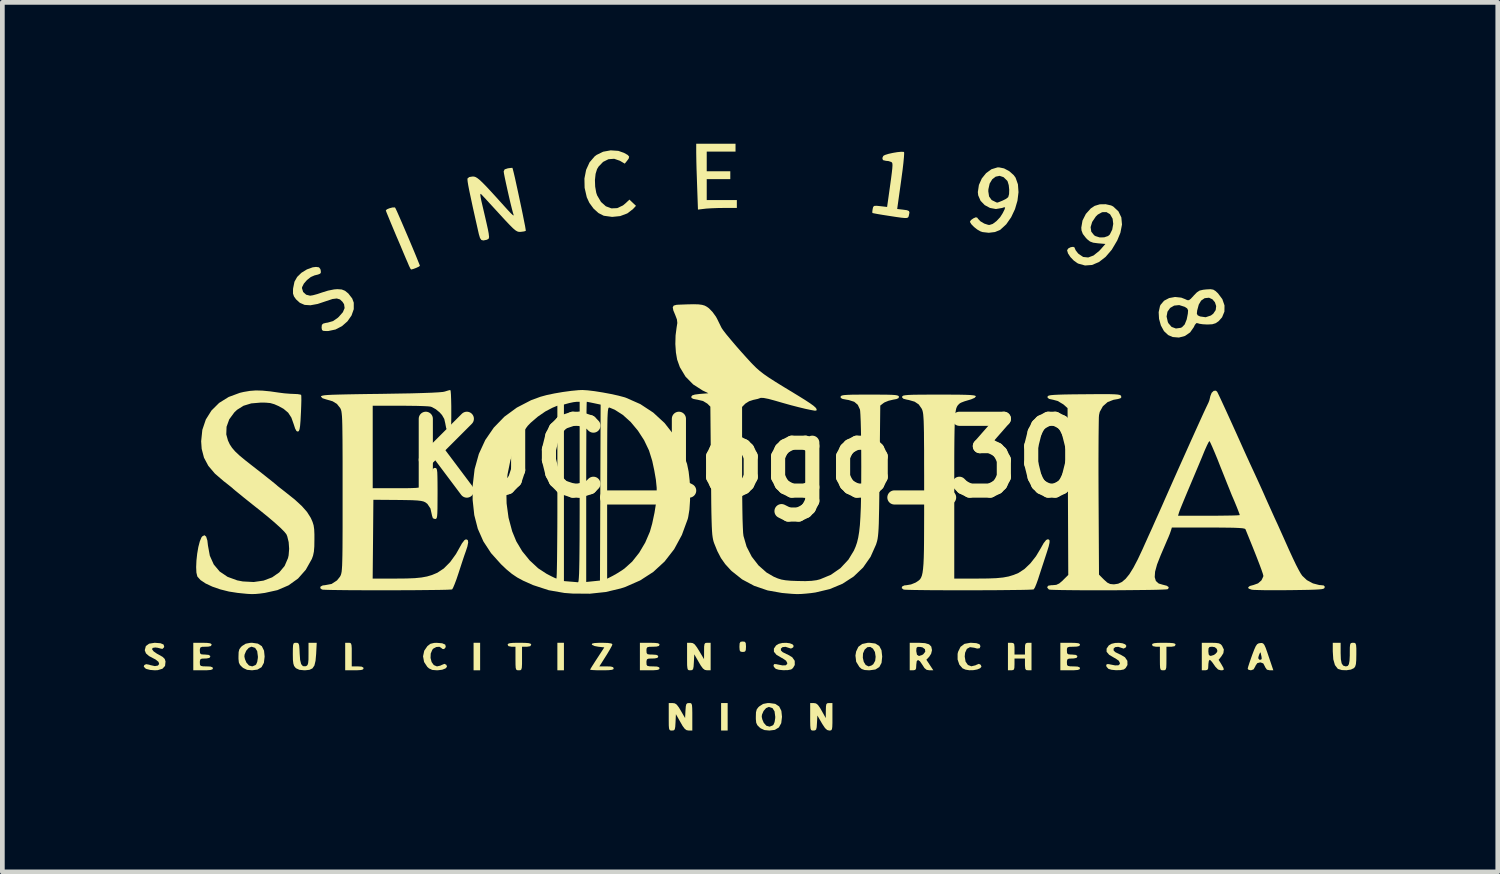
<source format=kicad_pcb>
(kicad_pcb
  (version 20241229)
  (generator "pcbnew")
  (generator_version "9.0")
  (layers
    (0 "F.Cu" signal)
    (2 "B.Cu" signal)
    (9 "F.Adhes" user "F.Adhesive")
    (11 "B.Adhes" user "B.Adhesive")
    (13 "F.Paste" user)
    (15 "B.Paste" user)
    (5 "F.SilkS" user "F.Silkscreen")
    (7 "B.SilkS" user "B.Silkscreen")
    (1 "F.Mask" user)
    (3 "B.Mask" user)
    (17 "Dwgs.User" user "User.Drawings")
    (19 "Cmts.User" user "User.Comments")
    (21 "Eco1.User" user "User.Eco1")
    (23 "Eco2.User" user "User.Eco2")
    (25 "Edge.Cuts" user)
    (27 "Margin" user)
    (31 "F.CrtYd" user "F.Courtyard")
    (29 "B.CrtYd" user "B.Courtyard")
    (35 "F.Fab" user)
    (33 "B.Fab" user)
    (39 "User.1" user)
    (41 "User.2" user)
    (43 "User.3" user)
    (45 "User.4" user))
  (footprint "KJC_logo_30"
    (layer "F.Cu")
    (at 12.806 6.67)
    (property "Reference" "KJC_logo_30" (at 0 0 0) (layer "F.SilkS") (effects (font (size 1.524 1.524) (thickness 0.3))))
    (attr board_only exclude_from_pos_files exclude_from_bom)
    (fp_poly (pts (xy -5.669 4.502) (xy -5.808 4.502) (xy -5.808 3.918) (xy -5.669 3.918)) (stroke (width 0) (type solid)) (fill yes) (layer "F.SilkS"))
    (fp_poly (pts (xy -3.891 4.502) (xy -4.03 4.502) (xy -4.03 3.918) (xy -3.891 3.918)) (stroke (width 0) (type solid)) (fill yes) (layer "F.SilkS"))
    (fp_poly (pts (xy -0.417 5.78) (xy -0.556 5.78) (xy -0.556 5.197) (xy -0.417 5.197)) (stroke (width 0) (type solid)) (fill yes) (layer "F.SilkS"))
    (fp_poly (pts (xy -0.053 3.897) (xy -0.033 3.925) (xy -0.028 3.992) (xy -0.028 4.002) (xy -0.032 4.073) (xy -0.049 4.105) (xy -0.091 4.113) (xy -0.097 4.113) (xy -0.142 4.107) (xy -0.162 4.078) (xy -0.167 4.011) (xy -0.167 4.002) (xy -0.163 3.93) (xy -0.145 3.898) (xy -0.103 3.891) (xy -0.097 3.891)) (stroke (width 0) (type solid)) (fill yes) (layer "F.SilkS"))
    (fp_poly (pts (xy -8.429 3.92) (xy -8.409 3.933) (xy -8.398 3.968) (xy -8.393 4.036) (xy -8.393 4.146) (xy -8.393 4.168) (xy -8.393 4.419) (xy -8.268 4.419) (xy -8.185 4.424) (xy -8.148 4.443) (xy -8.142 4.46) (xy -8.154 4.483) (xy -8.195 4.496) (xy -8.276 4.501) (xy -8.337 4.502) (xy -8.532 4.502) (xy -8.532 3.918) (xy -8.462 3.918)) (stroke (width 0) (type solid)) (fill yes) (layer "F.SilkS"))
    (fp_poly (pts (xy -0.25 -6.503) (xy -0.861 -6.503) (xy -0.861 -6.086) (xy -0.361 -6.086) (xy -0.361 -5.919) (xy -0.861 -5.919) (xy -0.861 -5.475) (xy -0.222 -5.475) (xy -0.222 -5.308) (xy -0.493 -5.308) (xy -0.63 -5.306) (xy -0.764 -5.301) (xy -0.873 -5.294) (xy -0.906 -5.29) (xy -1.047 -5.273) (xy -1.065 -5.781) (xy -1.071 -5.96) (xy -1.077 -6.134) (xy -1.081 -6.29) (xy -1.083 -6.415) (xy -1.084 -6.48) (xy -1.084 -6.67) (xy -0.25 -6.67)) (stroke (width 0) (type solid)) (fill yes) (layer "F.SilkS"))
    (fp_poly (pts (xy 5.643 3.924) (xy 5.663 3.949) (xy 5.669 4.01) (xy 5.669 4.043) (xy 5.669 4.168) (xy 5.891 4.168) (xy 5.891 4.043) (xy 5.894 3.966) (xy 5.909 3.93) (xy 5.942 3.919) (xy 5.961 3.918) (xy 6.03 3.918) (xy 6.03 4.502) (xy 5.961 4.502) (xy 5.918 4.497) (xy 5.898 4.471) (xy 5.892 4.411) (xy 5.891 4.377) (xy 5.891 4.252) (xy 5.669 4.252) (xy 5.669 4.377) (xy 5.666 4.454) (xy 5.652 4.491) (xy 5.618 4.501) (xy 5.6 4.502) (xy 5.53 4.502) (xy 5.53 3.918) (xy 5.6 3.918)) (stroke (width 0) (type solid)) (fill yes) (layer "F.SilkS"))
    (fp_poly (pts (xy -4.713 3.92) (xy -4.637 3.926) (xy -4.598 3.938) (xy -4.585 3.957) (xy -4.585 3.96) (xy -4.606 3.991) (xy -4.674 4.002) (xy -4.683 4.002) (xy -4.78 4.002) (xy -4.78 4.252) (xy -4.78 4.37) (xy -4.784 4.444) (xy -4.794 4.483) (xy -4.812 4.499) (xy -4.843 4.502) (xy -4.849 4.502) (xy -4.882 4.5) (xy -4.903 4.487) (xy -4.914 4.452) (xy -4.918 4.385) (xy -4.919 4.274) (xy -4.919 4.252) (xy -4.919 4.002) (xy -5.002 4.002) (xy -5.068 3.989) (xy -5.086 3.96) (xy -5.076 3.94) (xy -5.04 3.927) (xy -4.969 3.92) (xy -4.854 3.918) (xy -4.835 3.918)) (stroke (width 0) (type solid)) (fill yes) (layer "F.SilkS"))
    (fp_poly (pts (xy 8.959 3.92) (xy 9.035 3.926) (xy 9.075 3.938) (xy 9.087 3.957) (xy 9.087 3.96) (xy 9.066 3.991) (xy 8.999 4.002) (xy 8.99 4.002) (xy 8.893 4.002) (xy 8.893 4.252) (xy 8.892 4.37) (xy 8.889 4.444) (xy 8.879 4.483) (xy 8.86 4.499) (xy 8.829 4.502) (xy 8.823 4.502) (xy 8.79 4.5) (xy 8.77 4.487) (xy 8.759 4.452) (xy 8.755 4.385) (xy 8.754 4.274) (xy 8.754 4.252) (xy 8.754 4.002) (xy 8.67 4.002) (xy 8.604 3.989) (xy 8.587 3.96) (xy 8.597 3.94) (xy 8.632 3.927) (xy 8.703 3.92) (xy 8.819 3.918) (xy 8.837 3.918)) (stroke (width 0) (type solid)) (fill yes) (layer "F.SilkS"))
    (fp_poly (pts (xy -1.155 3.926) (xy -1.115 3.954) (xy -1.069 4.015) (xy -1.021 4.092) (xy -0.918 4.266) (xy -0.917 4.092) (xy -0.916 3.997) (xy -0.908 3.945) (xy -0.89 3.923) (xy -0.855 3.918) (xy -0.848 3.918) (xy -0.778 3.918) (xy -0.778 4.502) (xy -0.855 4.502) (xy -0.9 4.494) (xy -0.941 4.464) (xy -0.987 4.402) (xy -1.028 4.332) (xy -1.125 4.163) (xy -1.134 4.332) (xy -1.14 4.426) (xy -1.151 4.477) (xy -1.172 4.498) (xy -1.21 4.502) (xy -1.21 4.502) (xy -1.241 4.5) (xy -1.26 4.489) (xy -1.271 4.457) (xy -1.277 4.395) (xy -1.278 4.294) (xy -1.278 4.21) (xy -1.278 3.918) (xy -1.201 3.918)) (stroke (width 0) (type solid)) (fill yes) (layer "F.SilkS"))
    (fp_poly (pts (xy 4.859 3.926) (xy 4.926 3.949) (xy 4.947 3.989) (xy 4.93 4.034) (xy 4.877 4.041) (xy 4.813 4.023) (xy 4.724 4.011) (xy 4.659 4.047) (xy 4.621 4.129) (xy 4.613 4.21) (xy 4.631 4.318) (xy 4.681 4.389) (xy 4.754 4.417) (xy 4.842 4.396) (xy 4.863 4.385) (xy 4.914 4.365) (xy 4.953 4.386) (xy 4.953 4.386) (xy 4.968 4.425) (xy 4.939 4.459) (xy 4.879 4.484) (xy 4.799 4.499) (xy 4.712 4.501) (xy 4.63 4.488) (xy 4.566 4.46) (xy 4.499 4.382) (xy 4.462 4.273) (xy 4.462 4.153) (xy 4.472 4.11) (xy 4.524 4.004) (xy 4.608 3.941) (xy 4.728 3.919) (xy 4.742 3.918)) (stroke (width 0) (type solid)) (fill yes) (layer "F.SilkS"))
    (fp_poly (pts (xy -2.959 3.922) (xy -2.884 3.933) (xy -2.862 3.951) (xy -2.876 3.987) (xy -2.914 4.057) (xy -2.969 4.15) (xy -3.001 4.201) (xy -3.139 4.419) (xy -2.987 4.419) (xy -2.895 4.422) (xy -2.848 4.436) (xy -2.835 4.46) (xy -2.844 4.481) (xy -2.88 4.493) (xy -2.951 4.5) (xy -3.067 4.502) (xy -3.085 4.502) (xy -3.195 4.501) (xy -3.28 4.497) (xy -3.328 4.492) (xy -3.335 4.489) (xy -3.321 4.461) (xy -3.282 4.398) (xy -3.226 4.31) (xy -3.184 4.246) (xy -3.034 4.016) (xy -3.161 4.002) (xy -3.24 3.987) (xy -3.291 3.964) (xy -3.3 3.953) (xy -3.291 3.935) (xy -3.244 3.924) (xy -3.151 3.919) (xy -3.087 3.918)) (stroke (width 0) (type solid)) (fill yes) (layer "F.SilkS"))
    (fp_poly (pts (xy -9.148 4.154) (xy -9.161 4.3) (xy -9.185 4.4) (xy -9.226 4.461) (xy -9.29 4.492) (xy -9.384 4.502) (xy -9.397 4.502) (xy -9.503 4.492) (xy -9.573 4.46) (xy -9.588 4.446) (xy -9.616 4.41) (xy -9.632 4.36) (xy -9.641 4.283) (xy -9.643 4.165) (xy -9.643 4.155) (xy -9.642 4.04) (xy -9.638 3.97) (xy -9.628 3.934) (xy -9.607 3.92) (xy -9.575 3.918) (xy -9.541 3.921) (xy -9.52 3.937) (xy -9.508 3.977) (xy -9.502 4.052) (xy -9.498 4.145) (xy -9.488 4.283) (xy -9.466 4.371) (xy -9.429 4.414) (xy -9.376 4.417) (xy -9.355 4.41) (xy -9.332 4.391) (xy -9.318 4.35) (xy -9.311 4.275) (xy -9.31 4.155) (xy -9.31 3.918) (xy -9.136 3.918)) (stroke (width 0) (type solid)) (fill yes) (layer "F.SilkS"))
    (fp_poly (pts (xy 1.806 5.489) (xy 1.806 5.618) (xy 1.803 5.703) (xy 1.796 5.751) (xy 1.781 5.773) (xy 1.758 5.78) (xy 1.739 5.78) (xy 1.694 5.769) (xy 1.649 5.728) (xy 1.596 5.649) (xy 1.579 5.621) (xy 1.487 5.461) (xy 1.478 5.621) (xy 1.472 5.711) (xy 1.46 5.759) (xy 1.436 5.777) (xy 1.402 5.78) (xy 1.372 5.779) (xy 1.352 5.767) (xy 1.341 5.735) (xy 1.336 5.674) (xy 1.334 5.572) (xy 1.334 5.489) (xy 1.334 5.197) (xy 1.41 5.197) (xy 1.457 5.205) (xy 1.498 5.236) (xy 1.544 5.301) (xy 1.576 5.357) (xy 1.665 5.516) (xy 1.666 5.357) (xy 1.669 5.266) (xy 1.678 5.219) (xy 1.7 5.2) (xy 1.737 5.197) (xy 1.806 5.197)) (stroke (width 0) (type solid)) (fill yes) (layer "F.SilkS"))
    (fp_poly (pts (xy -7.473 -5.315) (xy -7.457 -5.285) (xy -7.424 -5.213) (xy -7.377 -5.106) (xy -7.32 -4.975) (xy -7.257 -4.828) (xy -7.191 -4.674) (xy -7.126 -4.52) (xy -7.066 -4.377) (xy -7.015 -4.253) (xy -6.976 -4.156) (xy -6.952 -4.096) (xy -6.947 -4.08) (xy -6.97 -4.062) (xy -7.023 -4.037) (xy -7.084 -4.014) (xy -7.13 -4.002) (xy -7.134 -4.002) (xy -7.151 -4.025) (xy -7.178 -4.08) (xy -7.183 -4.092) (xy -7.205 -4.145) (xy -7.246 -4.239) (xy -7.3 -4.366) (xy -7.363 -4.517) (xy -7.433 -4.68) (xy -7.446 -4.71) (xy -7.513 -4.87) (xy -7.572 -5.011) (xy -7.62 -5.128) (xy -7.654 -5.211) (xy -7.669 -5.253) (xy -7.67 -5.256) (xy -7.646 -5.279) (xy -7.591 -5.302) (xy -7.529 -5.318) (xy -7.482 -5.319)) (stroke (width 0) (type solid)) (fill yes) (layer "F.SilkS"))
    (fp_poly (pts (xy -6.473 3.929) (xy -6.409 3.957) (xy -6.398 4.004) (xy -6.401 4.013) (xy -6.434 4.053) (xy -6.475 4.046) (xy -6.489 4.03) (xy -6.533 4.003) (xy -6.598 4.008) (xy -6.66 4.04) (xy -6.682 4.064) (xy -6.717 4.147) (xy -6.721 4.24) (xy -6.698 4.327) (xy -6.652 4.391) (xy -6.589 4.418) (xy -6.584 4.419) (xy -6.516 4.404) (xy -6.475 4.385) (xy -6.425 4.365) (xy -6.386 4.386) (xy -6.385 4.386) (xy -6.372 4.427) (xy -6.404 4.463) (xy -6.474 4.49) (xy -6.571 4.502) (xy -6.588 4.502) (xy -6.685 4.494) (xy -6.753 4.462) (xy -6.788 4.432) (xy -6.858 4.326) (xy -6.88 4.206) (xy -6.855 4.087) (xy -6.787 3.988) (xy -6.724 3.94) (xy -6.645 3.921) (xy -6.589 3.919)) (stroke (width 0) (type solid)) (fill yes) (layer "F.SilkS"))
    (fp_poly (pts (xy -1.537 5.204) (xy -1.497 5.231) (xy -1.452 5.29) (xy -1.412 5.357) (xy -1.32 5.516) (xy -1.312 5.357) (xy -1.305 5.266) (xy -1.293 5.219) (xy -1.27 5.2) (xy -1.235 5.197) (xy -1.205 5.198) (xy -1.185 5.21) (xy -1.174 5.242) (xy -1.169 5.303) (xy -1.167 5.405) (xy -1.167 5.489) (xy -1.167 5.78) (xy -1.244 5.78) (xy -1.289 5.772) (xy -1.328 5.743) (xy -1.373 5.683) (xy -1.417 5.606) (xy -1.515 5.433) (xy -1.523 5.607) (xy -1.529 5.702) (xy -1.539 5.754) (xy -1.56 5.776) (xy -1.596 5.78) (xy -1.599 5.78) (xy -1.63 5.779) (xy -1.649 5.767) (xy -1.661 5.735) (xy -1.666 5.674) (xy -1.667 5.573) (xy -1.667 5.489) (xy -1.667 5.197) (xy -1.586 5.197)) (stroke (width 0) (type solid)) (fill yes) (layer "F.SilkS"))
    (fp_poly (pts (xy 12.589 4.135) (xy 12.594 4.268) (xy 12.61 4.354) (xy 12.642 4.402) (xy 12.691 4.418) (xy 12.703 4.419) (xy 12.74 4.409) (xy 12.764 4.373) (xy 12.777 4.303) (xy 12.783 4.19) (xy 12.783 4.125) (xy 12.784 4.019) (xy 12.79 3.958) (xy 12.803 3.928) (xy 12.829 3.919) (xy 12.853 3.918) (xy 12.886 3.92) (xy 12.906 3.934) (xy 12.917 3.969) (xy 12.922 4.037) (xy 12.922 4.149) (xy 12.922 4.164) (xy 12.92 4.289) (xy 12.913 4.37) (xy 12.898 4.421) (xy 12.873 4.455) (xy 12.871 4.456) (xy 12.806 4.487) (xy 12.711 4.501) (xy 12.614 4.497) (xy 12.537 4.474) (xy 12.526 4.467) (xy 12.468 4.391) (xy 12.433 4.269) (xy 12.422 4.098) (xy 12.422 3.918) (xy 12.589 3.918)) (stroke (width 0) (type solid)) (fill yes) (layer "F.SilkS"))
    (fp_poly (pts (xy 2.716 3.934) (xy 2.8 3.986) (xy 2.847 4.076) (xy 2.862 4.21) (xy 2.862 4.21) (xy 2.848 4.344) (xy 2.801 4.433) (xy 2.718 4.485) (xy 2.594 4.502) (xy 2.584 4.502) (xy 2.489 4.496) (xy 2.426 4.474) (xy 2.378 4.432) (xy 2.31 4.321) (xy 2.3 4.236) (xy 2.451 4.236) (xy 2.471 4.323) (xy 2.512 4.389) (xy 2.57 4.418) (xy 2.577 4.419) (xy 2.632 4.401) (xy 2.673 4.373) (xy 2.713 4.3) (xy 2.723 4.215) (xy 2.708 4.114) (xy 2.666 4.042) (xy 2.61 4.006) (xy 2.547 4.012) (xy 2.489 4.064) (xy 2.455 4.144) (xy 2.451 4.236) (xy 2.3 4.236) (xy 2.294 4.19) (xy 2.309 4.103) (xy 2.356 4.004) (xy 2.436 3.944) (xy 2.554 3.919) (xy 2.592 3.918)) (stroke (width 0) (type solid)) (fill yes) (layer "F.SilkS"))
    (fp_poly (pts (xy -11.455 3.921) (xy -11.394 3.93) (xy -11.369 3.947) (xy -11.366 3.96) (xy -11.382 3.988) (xy -11.438 4) (xy -11.491 4.002) (xy -11.568 4.004) (xy -11.604 4.018) (xy -11.615 4.054) (xy -11.616 4.085) (xy -11.612 4.139) (xy -11.588 4.162) (xy -11.529 4.168) (xy -11.505 4.168) (xy -11.428 4.175) (xy -11.396 4.198) (xy -11.394 4.21) (xy -11.412 4.239) (xy -11.473 4.251) (xy -11.505 4.252) (xy -11.576 4.255) (xy -11.608 4.273) (xy -11.616 4.317) (xy -11.616 4.335) (xy -11.613 4.385) (xy -11.594 4.409) (xy -11.546 4.418) (xy -11.477 4.419) (xy -11.39 4.423) (xy -11.347 4.439) (xy -11.338 4.46) (xy -11.349 4.482) (xy -11.389 4.495) (xy -11.467 4.501) (xy -11.547 4.502) (xy -11.755 4.502) (xy -11.755 3.918) (xy -11.561 3.918)) (stroke (width 0) (type solid)) (fill yes) (layer "F.SilkS"))
    (fp_poly (pts (xy -1.96 3.921) (xy -1.896 3.928) (xy -1.867 3.944) (xy -1.862 3.96) (xy -1.877 3.986) (xy -1.928 3.999) (xy -2.001 4.002) (xy -2.083 4.004) (xy -2.124 4.015) (xy -2.138 4.044) (xy -2.14 4.085) (xy -2.136 4.136) (xy -2.115 4.161) (xy -2.062 4.168) (xy -2.015 4.168) (xy -1.932 4.174) (xy -1.895 4.192) (xy -1.89 4.21) (xy -1.906 4.238) (xy -1.962 4.25) (xy -2.015 4.252) (xy -2.092 4.254) (xy -2.128 4.268) (xy -2.139 4.304) (xy -2.14 4.335) (xy -2.137 4.385) (xy -2.118 4.409) (xy -2.069 4.418) (xy -2.001 4.419) (xy -1.913 4.423) (xy -1.871 4.439) (xy -1.862 4.46) (xy -1.873 4.482) (xy -1.912 4.495) (xy -1.99 4.501) (xy -2.07 4.502) (xy -2.279 4.502) (xy -2.279 3.918) (xy -2.07 3.918)) (stroke (width 0) (type solid)) (fill yes) (layer "F.SilkS"))
    (fp_poly (pts (xy 6.96 3.921) (xy 7.025 3.928) (xy 7.054 3.944) (xy 7.059 3.96) (xy 7.044 3.986) (xy 6.992 3.999) (xy 6.92 4.002) (xy 6.837 4.004) (xy 6.796 4.015) (xy 6.782 4.044) (xy 6.781 4.085) (xy 6.785 4.139) (xy 6.809 4.162) (xy 6.868 4.168) (xy 6.892 4.168) (xy 6.969 4.175) (xy 7.001 4.198) (xy 7.003 4.21) (xy 6.985 4.239) (xy 6.924 4.251) (xy 6.892 4.252) (xy 6.821 4.255) (xy 6.789 4.273) (xy 6.781 4.317) (xy 6.781 4.335) (xy 6.784 4.385) (xy 6.802 4.409) (xy 6.851 4.418) (xy 6.92 4.419) (xy 7.007 4.423) (xy 7.05 4.439) (xy 7.059 4.46) (xy 7.048 4.482) (xy 7.008 4.495) (xy 6.93 4.501) (xy 6.85 4.502) (xy 6.642 4.502) (xy 6.642 3.918) (xy 6.85 3.918)) (stroke (width 0) (type solid)) (fill yes) (layer "F.SilkS"))
    (fp_poly (pts (xy 3.771 3.926) (xy 3.856 3.951) (xy 3.903 3.998) (xy 3.918 4.071) (xy 3.918 4.078) (xy 3.9 4.151) (xy 3.859 4.215) (xy 3.799 4.278) (xy 3.873 4.39) (xy 3.947 4.502) (xy 3.864 4.502) (xy 3.805 4.492) (xy 3.758 4.454) (xy 3.718 4.391) (xy 3.663 4.311) (xy 3.621 4.283) (xy 3.595 4.307) (xy 3.585 4.384) (xy 3.585 4.391) (xy 3.581 4.462) (xy 3.563 4.494) (xy 3.521 4.502) (xy 3.515 4.502) (xy 3.446 4.502) (xy 3.446 4.097) (xy 3.585 4.097) (xy 3.6 4.172) (xy 3.642 4.199) (xy 3.709 4.177) (xy 3.735 4.16) (xy 3.776 4.107) (xy 3.769 4.054) (xy 3.718 4.016) (xy 3.675 4.007) (xy 3.615 4.005) (xy 3.59 4.026) (xy 3.585 4.085) (xy 3.585 4.097) (xy 3.446 4.097) (xy 3.446 3.918) (xy 3.638 3.918)) (stroke (width 0) (type solid)) (fill yes) (layer "F.SilkS"))
    (fp_poly (pts (xy -10.385 3.936) (xy -10.301 3.99) (xy -10.254 4.085) (xy -10.241 4.21) (xy -10.257 4.344) (xy -10.307 4.436) (xy -10.393 4.487) (xy -10.508 4.502) (xy -10.614 4.492) (xy -10.692 4.455) (xy -10.718 4.435) (xy -10.764 4.388) (xy -10.788 4.337) (xy -10.796 4.26) (xy -10.796 4.21) (xy -10.671 4.21) (xy -10.659 4.265) (xy -10.629 4.336) (xy -10.629 4.337) (xy -10.573 4.4) (xy -10.504 4.419) (xy -10.437 4.392) (xy -10.42 4.375) (xy -10.398 4.322) (xy -10.385 4.24) (xy -10.384 4.21) (xy -10.399 4.095) (xy -10.443 4.026) (xy -10.517 4.002) (xy -10.521 4.002) (xy -10.579 4.026) (xy -10.632 4.087) (xy -10.666 4.166) (xy -10.671 4.21) (xy -10.796 4.21) (xy -10.793 4.115) (xy -10.777 4.054) (xy -10.743 4.008) (xy -10.718 3.985) (xy -10.643 3.938) (xy -10.55 3.92) (xy -10.508 3.918)) (stroke (width 0) (type solid)) (fill yes) (layer "F.SilkS"))
    (fp_poly (pts (xy 0.592 5.214) (xy 0.676 5.269) (xy 0.723 5.363) (xy 0.736 5.489) (xy 0.72 5.623) (xy 0.67 5.714) (xy 0.584 5.766) (xy 0.469 5.78) (xy 0.363 5.77) (xy 0.285 5.734) (xy 0.259 5.713) (xy 0.213 5.667) (xy 0.189 5.615) (xy 0.181 5.538) (xy 0.181 5.489) (xy 0.306 5.489) (xy 0.318 5.543) (xy 0.348 5.614) (xy 0.348 5.615) (xy 0.404 5.678) (xy 0.473 5.698) (xy 0.54 5.671) (xy 0.557 5.654) (xy 0.579 5.6) (xy 0.592 5.518) (xy 0.593 5.489) (xy 0.578 5.373) (xy 0.534 5.304) (xy 0.46 5.28) (xy 0.456 5.28) (xy 0.398 5.304) (xy 0.345 5.365) (xy 0.311 5.444) (xy 0.306 5.489) (xy 0.181 5.489) (xy 0.184 5.393) (xy 0.2 5.332) (xy 0.234 5.286) (xy 0.259 5.264) (xy 0.334 5.216) (xy 0.427 5.198) (xy 0.469 5.197)) (stroke (width 0) (type solid)) (fill yes) (layer "F.SilkS"))
    (fp_poly (pts (xy 0.902 3.929) (xy 0.959 3.951) (xy 0.984 3.984) (xy 0.972 4.017) (xy 0.927 4.041) (xy 0.888 4.029) (xy 0.811 4.004) (xy 0.746 4.011) (xy 0.713 4.041) (xy 0.713 4.081) (xy 0.75 4.117) (xy 0.832 4.158) (xy 0.857 4.168) (xy 0.954 4.226) (xy 1.006 4.301) (xy 1.007 4.385) (xy 1.003 4.397) (xy 0.967 4.456) (xy 0.931 4.484) (xy 0.858 4.498) (xy 0.762 4.5) (xy 0.669 4.491) (xy 0.605 4.472) (xy 0.604 4.472) (xy 0.564 4.429) (xy 0.556 4.4) (xy 0.568 4.371) (xy 0.615 4.372) (xy 0.632 4.376) (xy 0.745 4.398) (xy 0.814 4.396) (xy 0.845 4.37) (xy 0.848 4.349) (xy 0.823 4.299) (xy 0.748 4.247) (xy 0.728 4.238) (xy 0.619 4.174) (xy 0.565 4.109) (xy 0.564 4.042) (xy 0.611 3.974) (xy 0.668 3.94) (xy 0.744 3.922) (xy 0.826 3.919)) (stroke (width 0) (type solid)) (fill yes) (layer "F.SilkS"))
    (fp_poly (pts (xy 7.961 3.929) (xy 8.018 3.951) (xy 8.043 3.984) (xy 8.03 4.017) (xy 7.986 4.041) (xy 7.947 4.029) (xy 7.87 4.004) (xy 7.805 4.011) (xy 7.772 4.041) (xy 7.772 4.081) (xy 7.808 4.117) (xy 7.89 4.158) (xy 7.915 4.168) (xy 8.013 4.226) (xy 8.064 4.301) (xy 8.066 4.385) (xy 8.062 4.397) (xy 8.026 4.456) (xy 7.989 4.484) (xy 7.917 4.498) (xy 7.821 4.5) (xy 7.728 4.491) (xy 7.663 4.472) (xy 7.663 4.472) (xy 7.623 4.429) (xy 7.614 4.4) (xy 7.627 4.371) (xy 7.674 4.372) (xy 7.691 4.376) (xy 7.804 4.398) (xy 7.873 4.396) (xy 7.903 4.37) (xy 7.906 4.349) (xy 7.882 4.299) (xy 7.806 4.247) (xy 7.787 4.238) (xy 7.678 4.174) (xy 7.623 4.109) (xy 7.623 4.042) (xy 7.67 3.974) (xy 7.727 3.94) (xy 7.803 3.922) (xy 7.885 3.919)) (stroke (width 0) (type solid)) (fill yes) (layer "F.SilkS"))
    (fp_poly (pts (xy -12.451 3.928) (xy -12.386 3.955) (xy -12.372 4) (xy -12.377 4.016) (xy -12.409 4.048) (xy -12.443 4.042) (xy -12.51 4.024) (xy -12.561 4.018) (xy -12.618 4.027) (xy -12.629 4.057) (xy -12.597 4.1) (xy -12.526 4.15) (xy -12.492 4.168) (xy -12.406 4.217) (xy -12.361 4.261) (xy -12.344 4.314) (xy -12.344 4.317) (xy -12.354 4.409) (xy -12.409 4.469) (xy -12.51 4.499) (xy -12.574 4.502) (xy -12.671 4.494) (xy -12.749 4.474) (xy -12.771 4.462) (xy -12.806 4.424) (xy -12.794 4.39) (xy -12.793 4.39) (xy -12.755 4.372) (xy -12.693 4.383) (xy -12.665 4.392) (xy -12.57 4.413) (xy -12.506 4.402) (xy -12.479 4.369) (xy -12.493 4.323) (xy -12.555 4.273) (xy -12.582 4.259) (xy -12.694 4.2) (xy -12.759 4.143) (xy -12.783 4.082) (xy -12.783 4.069) (xy -12.761 3.987) (xy -12.692 3.937) (xy -12.578 3.919) (xy -12.566 3.919)) (stroke (width 0) (type solid)) (fill yes) (layer "F.SilkS"))
    (fp_poly (pts (xy 10.945 3.933) (xy 10.97 3.963) (xy 10.997 4.022) (xy 11.032 4.12) (xy 11.062 4.209) (xy 11.161 4.502) (xy 11.086 4.502) (xy 11.025 4.489) (xy 10.989 4.438) (xy 10.981 4.419) (xy 10.947 4.356) (xy 10.893 4.336) (xy 10.88 4.335) (xy 10.821 4.35) (xy 10.784 4.403) (xy 10.778 4.419) (xy 10.742 4.482) (xy 10.687 4.502) (xy 10.683 4.502) (xy 10.632 4.49) (xy 10.617 4.467) (xy 10.627 4.427) (xy 10.652 4.349) (xy 10.688 4.245) (xy 10.688 4.245) (xy 10.84 4.245) (xy 10.861 4.275) (xy 10.883 4.28) (xy 10.914 4.265) (xy 10.911 4.217) (xy 10.897 4.156) (xy 10.892 4.127) (xy 10.883 4.124) (xy 10.866 4.155) (xy 10.849 4.202) (xy 10.84 4.245) (xy 10.688 4.245) (xy 10.71 4.182) (xy 10.754 4.066) (xy 10.787 3.992) (xy 10.816 3.95) (xy 10.847 3.931) (xy 10.883 3.924) (xy 10.918 3.923)) (stroke (width 0) (type solid)) (fill yes) (layer "F.SilkS"))
    (fp_poly (pts (xy -2.737 -6.519) (xy -2.617 -6.477) (xy -2.539 -6.433) (xy -2.507 -6.397) (xy -2.517 -6.355) (xy -2.551 -6.309) (xy -2.6 -6.248) (xy -2.704 -6.309) (xy -2.824 -6.351) (xy -2.946 -6.342) (xy -3.06 -6.285) (xy -3.156 -6.185) (xy -3.188 -6.132) (xy -3.219 -6.032) (xy -3.233 -5.9) (xy -3.228 -5.759) (xy -3.205 -5.629) (xy -3.185 -5.572) (xy -3.104 -5.435) (xy -3.001 -5.343) (xy -2.884 -5.299) (xy -2.761 -5.304) (xy -2.639 -5.361) (xy -2.58 -5.41) (xy -2.501 -5.485) (xy -2.432 -5.419) (xy -2.362 -5.353) (xy -2.425 -5.285) (xy -2.546 -5.192) (xy -2.698 -5.135) (xy -2.868 -5.118) (xy -3.042 -5.142) (xy -3.051 -5.145) (xy -3.159 -5.2) (xy -3.263 -5.295) (xy -3.352 -5.417) (xy -3.406 -5.534) (xy -3.452 -5.735) (xy -3.456 -5.932) (xy -3.42 -6.116) (xy -3.347 -6.276) (xy -3.238 -6.403) (xy -3.2 -6.432) (xy -3.059 -6.501) (xy -2.898 -6.53)) (stroke (width 0) (type solid)) (fill yes) (layer "F.SilkS"))
    (fp_poly (pts (xy 9.942 3.921) (xy 10.007 3.93) (xy 10.047 3.951) (xy 10.072 3.98) (xy 10.111 4.061) (xy 10.101 4.138) (xy 10.058 4.207) (xy 10 4.28) (xy 10.058 4.373) (xy 10.1 4.447) (xy 10.111 4.485) (xy 10.088 4.5) (xy 10.046 4.502) (xy 9.988 4.485) (xy 9.931 4.426) (xy 9.907 4.391) (xy 9.86 4.325) (xy 9.822 4.285) (xy 9.809 4.28) (xy 9.792 4.304) (xy 9.783 4.366) (xy 9.782 4.391) (xy 9.778 4.462) (xy 9.76 4.494) (xy 9.719 4.502) (xy 9.713 4.502) (xy 9.643 4.502) (xy 9.643 4.099) (xy 9.782 4.099) (xy 9.789 4.166) (xy 9.813 4.193) (xy 9.836 4.196) (xy 9.899 4.177) (xy 9.933 4.153) (xy 9.968 4.114) (xy 9.973 4.084) (xy 9.96 4.046) (xy 9.92 4.012) (xy 9.862 4.002) (xy 9.808 4.007) (xy 9.786 4.036) (xy 9.782 4.099) (xy 9.643 4.099) (xy 9.643 3.918) (xy 9.836 3.918)) (stroke (width 0) (type solid)) (fill yes) (layer "F.SilkS"))
    (fp_poly (pts (xy 3.319 -6.497) (xy 3.326 -6.493) (xy 3.328 -6.461) (xy 3.323 -6.382) (xy 3.312 -6.264) (xy 3.295 -6.117) (xy 3.272 -5.947) (xy 3.263 -5.879) (xy 3.18 -5.286) (xy 3.3 -5.272) (xy 3.387 -5.26) (xy 3.43 -5.242) (xy 3.44 -5.209) (xy 3.43 -5.158) (xy 3.423 -5.128) (xy 3.411 -5.107) (xy 3.388 -5.096) (xy 3.344 -5.094) (xy 3.271 -5.101) (xy 3.161 -5.116) (xy 3.005 -5.14) (xy 2.992 -5.142) (xy 2.864 -5.162) (xy 2.758 -5.18) (xy 2.684 -5.194) (xy 2.654 -5.201) (xy 2.654 -5.201) (xy 2.652 -5.232) (xy 2.66 -5.287) (xy 2.671 -5.331) (xy 2.694 -5.351) (xy 2.743 -5.354) (xy 2.82 -5.346) (xy 2.966 -5.329) (xy 2.997 -5.548) (xy 3.027 -5.763) (xy 3.05 -5.93) (xy 3.066 -6.055) (xy 3.076 -6.145) (xy 3.08 -6.205) (xy 3.079 -6.243) (xy 3.073 -6.265) (xy 3.063 -6.277) (xy 3.055 -6.283) (xy 2.998 -6.302) (xy 2.939 -6.308) (xy 2.878 -6.323) (xy 2.865 -6.366) (xy 2.885 -6.412) (xy 2.921 -6.432) (xy 2.994 -6.455) (xy 3.088 -6.476) (xy 3.184 -6.492) (xy 3.267 -6.5)) (stroke (width 0) (type solid)) (fill yes) (layer "F.SilkS"))
    (fp_poly (pts (xy -9.088 -4.048) (xy -9.059 -4.011) (xy -9.052 -3.986) (xy -9.047 -3.941) (xy -9.062 -3.914) (xy -9.108 -3.895) (xy -9.182 -3.877) (xy -9.262 -3.842) (xy -9.343 -3.778) (xy -9.409 -3.702) (xy -9.446 -3.628) (xy -9.449 -3.606) (xy -9.424 -3.525) (xy -9.36 -3.467) (xy -9.276 -3.446) (xy -9.214 -3.456) (xy -9.122 -3.481) (xy -9.021 -3.515) (xy -8.895 -3.554) (xy -8.77 -3.579) (xy -8.7 -3.585) (xy -8.605 -3.578) (xy -8.537 -3.551) (xy -8.466 -3.494) (xy -8.383 -3.387) (xy -8.35 -3.298) (xy -8.35 -3.16) (xy -8.398 -3.025) (xy -8.484 -2.902) (xy -8.6 -2.8) (xy -8.737 -2.729) (xy -8.888 -2.697) (xy -8.92 -2.696) (xy -8.991 -2.699) (xy -9.023 -2.716) (xy -9.032 -2.76) (xy -9.032 -2.776) (xy -9.027 -2.826) (xy -9.002 -2.853) (xy -8.943 -2.869) (xy -8.903 -2.875) (xy -8.791 -2.907) (xy -8.692 -2.975) (xy -8.668 -2.997) (xy -8.581 -3.096) (xy -8.544 -3.184) (xy -8.556 -3.265) (xy -8.588 -3.315) (xy -8.643 -3.367) (xy -8.71 -3.387) (xy -8.801 -3.376) (xy -8.927 -3.334) (xy -8.927 -3.334) (xy -9.116 -3.271) (xy -9.269 -3.243) (xy -9.393 -3.251) (xy -9.494 -3.295) (xy -9.575 -3.369) (xy -9.619 -3.431) (xy -9.639 -3.491) (xy -9.639 -3.575) (xy -9.637 -3.602) (xy -9.608 -3.743) (xy -9.551 -3.844) (xy -9.461 -3.932) (xy -9.344 -4.004) (xy -9.222 -4.048) (xy -9.151 -4.057)) (stroke (width 0) (type solid)) (fill yes) (layer "F.SilkS"))
    (fp_poly (pts (xy 7.719 -5.361) (xy 7.763 -5.339) (xy 7.874 -5.236) (xy 7.936 -5.107) (xy 7.95 -4.955) (xy 7.916 -4.781) (xy 7.849 -4.618) (xy 7.733 -4.422) (xy 7.602 -4.269) (xy 7.461 -4.16) (xy 7.314 -4.098) (xy 7.166 -4.087) (xy 7.022 -4.127) (xy 7.003 -4.137) (xy 6.926 -4.192) (xy 6.856 -4.265) (xy 6.805 -4.342) (xy 6.786 -4.405) (xy 6.787 -4.415) (xy 6.813 -4.451) (xy 6.862 -4.475) (xy 6.913 -4.483) (xy 6.945 -4.468) (xy 6.947 -4.456) (xy 6.966 -4.411) (xy 7.012 -4.351) (xy 7.029 -4.333) (xy 7.126 -4.268) (xy 7.233 -4.257) (xy 7.346 -4.299) (xy 7.466 -4.396) (xy 7.505 -4.438) (xy 7.598 -4.544) (xy 7.437 -4.558) (xy 7.338 -4.571) (xy 7.271 -4.596) (xy 7.212 -4.643) (xy 7.181 -4.676) (xy 7.119 -4.756) (xy 7.091 -4.83) (xy 7.086 -4.892) (xy 7.088 -4.901) (xy 7.284 -4.901) (xy 7.298 -4.805) (xy 7.358 -4.729) (xy 7.386 -4.711) (xy 7.474 -4.683) (xy 7.571 -4.684) (xy 7.654 -4.712) (xy 7.691 -4.744) (xy 7.743 -4.849) (xy 7.764 -4.97) (xy 7.751 -5.079) (xy 7.75 -5.082) (xy 7.696 -5.175) (xy 7.619 -5.22) (xy 7.529 -5.218) (xy 7.436 -5.167) (xy 7.395 -5.127) (xy 7.317 -5.011) (xy 7.284 -4.901) (xy 7.088 -4.901) (xy 7.112 -5.041) (xy 7.183 -5.181) (xy 7.288 -5.298) (xy 7.37 -5.352) (xy 7.479 -5.385) (xy 7.604 -5.387)) (stroke (width 0) (type solid)) (fill yes) (layer "F.SilkS"))
    (fp_poly (pts (xy 5.447 -6.147) (xy 5.558 -6.088) (xy 5.652 -6.005) (xy 5.692 -5.95) (xy 5.742 -5.809) (xy 5.754 -5.642) (xy 5.732 -5.462) (xy 5.679 -5.281) (xy 5.598 -5.11) (xy 5.494 -4.961) (xy 5.37 -4.847) (xy 5.364 -4.842) (xy 5.255 -4.797) (xy 5.123 -4.781) (xy 4.991 -4.796) (xy 4.947 -4.811) (xy 4.88 -4.849) (xy 4.81 -4.904) (xy 4.753 -4.963) (xy 4.725 -5.01) (xy 4.724 -5.017) (xy 4.746 -5.051) (xy 4.796 -5.087) (xy 4.85 -5.11) (xy 4.88 -5.101) (xy 4.895 -5.078) (xy 4.947 -5.024) (xy 5.028 -4.976) (xy 5.112 -4.949) (xy 5.138 -4.947) (xy 5.207 -4.969) (xy 5.287 -5.029) (xy 5.365 -5.112) (xy 5.42 -5.199) (xy 5.459 -5.278) (xy 5.47 -5.316) (xy 5.452 -5.323) (xy 5.404 -5.307) (xy 5.403 -5.307) (xy 5.275 -5.285) (xy 5.149 -5.308) (xy 5.036 -5.369) (xy 4.949 -5.46) (xy 4.899 -5.575) (xy 4.891 -5.646) (xy 4.894 -5.662) (xy 5.113 -5.662) (xy 5.13 -5.551) (xy 5.185 -5.475) (xy 5.285 -5.426) (xy 5.302 -5.421) (xy 5.33 -5.429) (xy 5.39 -5.453) (xy 5.412 -5.462) (xy 5.483 -5.497) (xy 5.53 -5.532) (xy 5.536 -5.538) (xy 5.554 -5.602) (xy 5.557 -5.694) (xy 5.547 -5.791) (xy 5.524 -5.868) (xy 5.515 -5.885) (xy 5.437 -5.961) (xy 5.353 -5.989) (xy 5.27 -5.972) (xy 5.197 -5.916) (xy 5.142 -5.825) (xy 5.115 -5.704) (xy 5.113 -5.662) (xy 4.894 -5.662) (xy 4.914 -5.796) (xy 4.975 -5.933) (xy 5.067 -6.047) (xy 5.18 -6.129) (xy 5.307 -6.168) (xy 5.34 -6.169)) (stroke (width 0) (type solid)) (fill yes) (layer "F.SilkS"))
    (fp_poly (pts (xy 9.886 -3.575) (xy 9.935 -3.545) (xy 9.987 -3.496) (xy 10.079 -3.373) (xy 10.125 -3.24) (xy 10.123 -3.108) (xy 10.073 -2.987) (xy 10 -2.905) (xy 9.937 -2.862) (xy 9.865 -2.84) (xy 9.763 -2.835) (xy 9.759 -2.835) (xy 9.665 -2.84) (xy 9.59 -2.851) (xy 9.561 -2.861) (xy 9.529 -2.865) (xy 9.497 -2.828) (xy 9.473 -2.778) (xy 9.395 -2.667) (xy 9.286 -2.592) (xy 9.158 -2.558) (xy 9.026 -2.569) (xy 8.931 -2.61) (xy 8.841 -2.694) (xy 8.775 -2.814) (xy 8.736 -2.954) (xy 8.733 -3.005) (xy 8.896 -3.005) (xy 8.922 -2.889) (xy 8.934 -2.863) (xy 9.002 -2.784) (xy 9.094 -2.75) (xy 9.198 -2.765) (xy 9.224 -2.778) (xy 9.28 -2.836) (xy 9.323 -2.943) (xy 9.347 -3.064) (xy 9.347 -3.065) (xy 9.538 -3.065) (xy 9.556 -3.03) (xy 9.606 -3.006) (xy 9.725 -2.989) (xy 9.836 -3.026) (xy 9.886 -3.064) (xy 9.938 -3.141) (xy 9.948 -3.226) (xy 9.922 -3.306) (xy 9.869 -3.369) (xy 9.796 -3.403) (xy 9.708 -3.394) (xy 9.7 -3.391) (xy 9.629 -3.342) (xy 9.579 -3.258) (xy 9.545 -3.132) (xy 9.538 -3.065) (xy 9.347 -3.065) (xy 9.352 -3.136) (xy 9.332 -3.177) (xy 9.281 -3.21) (xy 9.163 -3.247) (xy 9.057 -3.236) (xy 8.972 -3.187) (xy 8.915 -3.107) (xy 8.896 -3.005) (xy 8.733 -3.005) (xy 8.728 -3.097) (xy 8.756 -3.226) (xy 8.768 -3.252) (xy 8.842 -3.339) (xy 8.95 -3.396) (xy 9.076 -3.419) (xy 9.207 -3.405) (xy 9.285 -3.375) (xy 9.334 -3.352) (xy 9.37 -3.351) (xy 9.408 -3.379) (xy 9.466 -3.441) (xy 9.472 -3.449) (xy 9.539 -3.517) (xy 9.597 -3.555) (xy 9.672 -3.572) (xy 9.734 -3.579) (xy 9.827 -3.584)) (stroke (width 0) (type solid)) (fill yes) (layer "F.SilkS"))
    (fp_poly (pts (xy -4.984 -6.159) (xy -4.975 -6.13) (xy -4.956 -6.055) (xy -4.93 -5.945) (xy -4.9 -5.807) (xy -4.866 -5.652) (xy -4.831 -5.488) (xy -4.796 -5.323) (xy -4.764 -5.169) (xy -4.737 -5.032) (xy -4.715 -4.923) (xy -4.703 -4.85) (xy -4.7 -4.822) (xy -4.736 -4.81) (xy -4.803 -4.801) (xy -4.81 -4.8) (xy -4.846 -4.8) (xy -4.881 -4.81) (xy -4.92 -4.833) (xy -4.972 -4.877) (xy -5.042 -4.947) (xy -5.137 -5.047) (xy -5.249 -5.169) (xy -5.362 -5.292) (xy -5.465 -5.404) (xy -5.551 -5.498) (xy -5.613 -5.564) (xy -5.642 -5.595) (xy -5.659 -5.608) (xy -5.665 -5.593) (xy -5.66 -5.545) (xy -5.643 -5.458) (xy -5.612 -5.326) (xy -5.597 -5.262) (xy -5.562 -5.112) (xy -5.53 -4.972) (xy -5.504 -4.855) (xy -5.489 -4.775) (xy -5.487 -4.763) (xy -5.479 -4.689) (xy -5.49 -4.652) (xy -5.526 -4.634) (xy -5.535 -4.631) (xy -5.6 -4.618) (xy -5.642 -4.628) (xy -5.671 -4.669) (xy -5.696 -4.752) (xy -5.707 -4.801) (xy -5.772 -5.089) (xy -5.825 -5.327) (xy -5.866 -5.519) (xy -5.898 -5.669) (xy -5.92 -5.782) (xy -5.933 -5.861) (xy -5.938 -5.911) (xy -5.936 -5.935) (xy -5.898 -5.964) (xy -5.827 -5.975) (xy -5.796 -5.973) (xy -5.765 -5.963) (xy -5.729 -5.942) (xy -5.683 -5.906) (xy -5.623 -5.85) (xy -5.545 -5.771) (xy -5.445 -5.664) (xy -5.318 -5.525) (xy -5.161 -5.351) (xy -5.085 -5.267) (xy -5.02 -5.198) (xy -4.975 -5.156) (xy -4.956 -5.149) (xy -4.957 -5.156) (xy -4.973 -5.207) (xy -4.997 -5.299) (xy -5.027 -5.419) (xy -5.059 -5.557) (xy -5.091 -5.699) (xy -5.121 -5.835) (xy -5.146 -5.952) (xy -5.163 -6.039) (xy -5.169 -6.084) (xy -5.169 -6.084) (xy -5.149 -6.126) (xy -5.083 -6.148) (xy -5.079 -6.149) (xy -5.016 -6.157) (xy -4.985 -6.159)) (stroke (width 0) (type solid)) (fill yes) (layer "F.SilkS"))
    (fp_poly (pts (xy 4.305 -1.347) (xy 4.488 -1.346) (xy 4.627 -1.343) (xy 4.727 -1.339) (xy 4.793 -1.333) (xy 4.832 -1.325) (xy 4.848 -1.315) (xy 4.849 -1.309) (xy 4.823 -1.279) (xy 4.752 -1.248) (xy 4.699 -1.232) (xy 4.608 -1.205) (xy 4.536 -1.177) (xy 4.509 -1.162) (xy 4.486 -1.141) (xy 4.466 -1.12) (xy 4.449 -1.093) (xy 4.434 -1.057) (xy 4.423 -1.007) (xy 4.413 -0.939) (xy 4.406 -0.849) (xy 4.401 -0.733) (xy 4.397 -0.586) (xy 4.394 -0.405) (xy 4.392 -0.186) (xy 4.391 0.076) (xy 4.391 0.385) (xy 4.391 0.744) (xy 4.391 2.557) (xy 4.884 2.556) (xy 5.107 2.554) (xy 5.284 2.547) (xy 5.427 2.533) (xy 5.545 2.511) (xy 5.65 2.479) (xy 5.752 2.437) (xy 5.759 2.433) (xy 5.881 2.353) (xy 6.007 2.232) (xy 6.125 2.082) (xy 6.219 1.925) (xy 6.287 1.805) (xy 6.34 1.738) (xy 6.371 1.723) (xy 6.4 1.728) (xy 6.414 1.75) (xy 6.412 1.795) (xy 6.395 1.872) (xy 6.359 1.988) (xy 6.325 2.092) (xy 6.278 2.236) (xy 6.229 2.385) (xy 6.186 2.517) (xy 6.169 2.571) (xy 6.134 2.668) (xy 6.102 2.745) (xy 6.077 2.784) (xy 6.075 2.786) (xy 6.043 2.789) (xy 5.961 2.793) (xy 5.836 2.796) (xy 5.676 2.798) (xy 5.487 2.8) (xy 5.275 2.802) (xy 5.046 2.803) (xy 4.808 2.804) (xy 4.567 2.804) (xy 4.329 2.804) (xy 4.101 2.803) (xy 3.89 2.802) (xy 3.702 2.8) (xy 3.544 2.798) (xy 3.422 2.795) (xy 3.343 2.792) (xy 3.314 2.788) (xy 3.276 2.758) (xy 3.284 2.725) (xy 3.331 2.701) (xy 3.38 2.696) (xy 3.474 2.68) (xy 3.566 2.643) (xy 3.572 2.64) (xy 3.608 2.617) (xy 3.638 2.596) (xy 3.665 2.571) (xy 3.686 2.537) (xy 3.704 2.492) (xy 3.718 2.431) (xy 3.729 2.349) (xy 3.738 2.242) (xy 3.744 2.107) (xy 3.748 1.938) (xy 3.75 1.732) (xy 3.751 1.485) (xy 3.752 1.192) (xy 3.752 0.848) (xy 3.752 0.724) (xy 3.752 0.377) (xy 3.751 0.081) (xy 3.751 -0.168) (xy 3.749 -0.375) (xy 3.748 -0.544) (xy 3.745 -0.68) (xy 3.742 -0.786) (xy 3.737 -0.867) (xy 3.732 -0.929) (xy 3.725 -0.974) (xy 3.717 -1.007) (xy 3.707 -1.034) (xy 3.698 -1.052) (xy 3.637 -1.139) (xy 3.551 -1.197) (xy 3.427 -1.233) (xy 3.388 -1.24) (xy 3.313 -1.259) (xy 3.285 -1.286) (xy 3.285 -1.303) (xy 3.293 -1.316) (xy 3.313 -1.327) (xy 3.352 -1.334) (xy 3.417 -1.34) (xy 3.512 -1.344) (xy 3.645 -1.346) (xy 3.82 -1.347) (xy 4.044 -1.348) (xy 4.072 -1.348)) (stroke (width 0) (type solid)) (fill yes) (layer "F.SilkS"))
    (fp_poly (pts (xy -10.289 -1.432) (xy -10.123 -1.416) (xy -9.949 -1.391) (xy -9.825 -1.375) (xy -9.698 -1.365) (xy -9.624 -1.362) (xy -9.54 -1.358) (xy -9.482 -1.348) (xy -9.466 -1.34) (xy -9.463 -1.306) (xy -9.462 -1.227) (xy -9.465 -1.115) (xy -9.47 -0.98) (xy -9.472 -0.945) (xy -9.48 -0.79) (xy -9.489 -0.682) (xy -9.5 -0.614) (xy -9.514 -0.577) (xy -9.532 -0.563) (xy -9.534 -0.562) (xy -9.565 -0.574) (xy -9.594 -0.627) (xy -9.623 -0.716) (xy -9.674 -0.86) (xy -9.742 -0.964) (xy -9.84 -1.046) (xy -9.943 -1.103) (xy -10.037 -1.144) (xy -10.121 -1.168) (xy -10.219 -1.177) (xy -10.324 -1.178) (xy -10.525 -1.161) (xy -10.689 -1.111) (xy -10.826 -1.025) (xy -10.885 -0.969) (xy -10.992 -0.823) (xy -11.049 -0.665) (xy -11.055 -0.503) (xy -11.019 -0.373) (xy -10.981 -0.292) (xy -10.933 -0.219) (xy -10.868 -0.143) (xy -10.778 -0.058) (xy -10.655 0.044) (xy -10.529 0.143) (xy -10.406 0.239) (xy -10.284 0.334) (xy -10.172 0.423) (xy -10.079 0.497) (xy -10.011 0.552) (xy -9.978 0.58) (xy -9.977 0.582) (xy -9.949 0.605) (xy -9.889 0.652) (xy -9.809 0.714) (xy -9.798 0.723) (xy -9.602 0.879) (xy -9.451 1.018) (xy -9.341 1.143) (xy -9.266 1.262) (xy -9.258 1.277) (xy -9.224 1.355) (xy -9.202 1.426) (xy -9.19 1.508) (xy -9.185 1.617) (xy -9.185 1.724) (xy -9.187 1.875) (xy -9.196 1.985) (xy -9.214 2.07) (xy -9.24 2.141) (xy -9.368 2.369) (xy -9.532 2.555) (xy -9.733 2.699) (xy -9.97 2.801) (xy -10.236 2.86) (xy -10.348 2.875) (xy -10.437 2.883) (xy -10.519 2.885) (xy -10.613 2.88) (xy -10.735 2.868) (xy -10.813 2.86) (xy -11 2.831) (xy -11.183 2.785) (xy -11.35 2.727) (xy -11.493 2.66) (xy -11.601 2.588) (xy -11.665 2.517) (xy -11.67 2.508) (xy -11.689 2.428) (xy -11.694 2.311) (xy -11.688 2.173) (xy -11.672 2.027) (xy -11.648 1.887) (xy -11.617 1.768) (xy -11.582 1.683) (xy -11.564 1.66) (xy -11.518 1.636) (xy -11.482 1.666) (xy -11.456 1.749) (xy -11.444 1.853) (xy -11.404 2.071) (xy -11.321 2.256) (xy -11.195 2.406) (xy -11.028 2.519) (xy -10.823 2.594) (xy -10.703 2.617) (xy -10.473 2.629) (xy -10.264 2.599) (xy -10.082 2.53) (xy -9.931 2.425) (xy -9.817 2.288) (xy -9.745 2.121) (xy -9.732 2.063) (xy -9.721 1.925) (xy -9.731 1.783) (xy -9.761 1.66) (xy -9.779 1.617) (xy -9.821 1.564) (xy -9.901 1.483) (xy -10.015 1.38) (xy -10.155 1.26) (xy -10.316 1.129) (xy -10.408 1.056) (xy -10.495 0.987) (xy -10.594 0.908) (xy -10.695 0.827) (xy -10.788 0.751) (xy -10.863 0.69) (xy -10.911 0.65) (xy -10.921 0.639) (xy -10.949 0.616) (xy -11.009 0.568) (xy -11.089 0.505) (xy -11.107 0.492) (xy -11.297 0.328) (xy -11.436 0.164) (xy -11.528 -0.009) (xy -11.577 -0.197) (xy -11.588 -0.357) (xy -11.563 -0.6) (xy -11.489 -0.819) (xy -11.369 -1.01) (xy -11.207 -1.171) (xy -11.005 -1.297) (xy -10.767 -1.385) (xy -10.686 -1.404) (xy -10.556 -1.426) (xy -10.428 -1.436)) (stroke (width 0) (type solid)) (fill yes) (layer "F.SilkS"))
    (fp_poly (pts (xy -6.294 -1.419) (xy -6.288 -1.347) (xy -6.284 -1.238) (xy -6.281 -1.101) (xy -6.281 -1.014) (xy -6.281 -0.851) (xy -6.283 -0.735) (xy -6.287 -0.658) (xy -6.295 -0.613) (xy -6.307 -0.591) (xy -6.325 -0.584) (xy -6.333 -0.584) (xy -6.367 -0.595) (xy -6.389 -0.636) (xy -6.405 -0.719) (xy -6.406 -0.726) (xy -6.43 -0.831) (xy -6.478 -0.914) (xy -6.529 -0.971) (xy -6.609 -1.037) (xy -6.692 -1.083) (xy -6.724 -1.093) (xy -6.78 -1.099) (xy -6.88 -1.104) (xy -7.017 -1.108) (xy -7.178 -1.11) (xy -7.355 -1.112) (xy -7.382 -1.112) (xy -7.948 -1.112) (xy -7.948 0.639) (xy -7.444 0.639) (xy -7.262 0.639) (xy -7.126 0.636) (xy -7.028 0.632) (xy -6.959 0.624) (xy -6.909 0.612) (xy -6.87 0.595) (xy -6.852 0.585) (xy -6.758 0.503) (xy -6.706 0.395) (xy -6.691 0.306) (xy -6.678 0.238) (xy -6.649 0.211) (xy -6.628 0.208) (xy -6.609 0.211) (xy -6.595 0.222) (xy -6.585 0.25) (xy -6.578 0.302) (xy -6.575 0.385) (xy -6.573 0.506) (xy -6.572 0.673) (xy -6.572 0.75) (xy -6.573 0.936) (xy -6.574 1.074) (xy -6.577 1.171) (xy -6.582 1.234) (xy -6.59 1.27) (xy -6.603 1.287) (xy -6.62 1.292) (xy -6.628 1.292) (xy -6.671 1.276) (xy -6.69 1.22) (xy -6.692 1.209) (xy -6.723 1.069) (xy -6.788 0.971) (xy -6.833 0.937) (xy -6.871 0.92) (xy -6.924 0.908) (xy -7 0.899) (xy -7.109 0.893) (xy -7.258 0.89) (xy -7.422 0.888) (xy -7.934 0.884) (xy -7.941 1.721) (xy -7.949 2.557) (xy -7.455 2.556) (xy -7.233 2.554) (xy -7.056 2.547) (xy -6.914 2.533) (xy -6.795 2.511) (xy -6.69 2.48) (xy -6.588 2.437) (xy -6.576 2.432) (xy -6.439 2.341) (xy -6.305 2.206) (xy -6.182 2.036) (xy -6.124 1.933) (xy -6.055 1.81) (xy -6.001 1.74) (xy -5.968 1.723) (xy -5.931 1.738) (xy -5.922 1.787) (xy -5.939 1.875) (xy -5.973 1.978) (xy -6.004 2.065) (xy -6.045 2.188) (xy -6.091 2.329) (xy -6.129 2.446) (xy -6.171 2.571) (xy -6.211 2.677) (xy -6.243 2.752) (xy -6.263 2.786) (xy -6.296 2.789) (xy -6.378 2.793) (xy -6.502 2.796) (xy -6.662 2.798) (xy -6.852 2.8) (xy -7.064 2.802) (xy -7.293 2.803) (xy -7.531 2.804) (xy -7.772 2.804) (xy -8.01 2.804) (xy -8.238 2.803) (xy -8.449 2.802) (xy -8.637 2.8) (xy -8.795 2.798) (xy -8.917 2.795) (xy -8.996 2.792) (xy -9.025 2.788) (xy -9.062 2.758) (xy -9.054 2.725) (xy -9.008 2.701) (xy -8.961 2.696) (xy -8.821 2.67) (xy -8.706 2.595) (xy -8.645 2.519) (xy -8.633 2.499) (xy -8.623 2.476) (xy -8.615 2.448) (xy -8.607 2.408) (xy -8.602 2.354) (xy -8.597 2.28) (xy -8.594 2.183) (xy -8.591 2.057) (xy -8.589 1.9) (xy -8.588 1.705) (xy -8.587 1.47) (xy -8.587 1.189) (xy -8.587 0.859) (xy -8.587 0.723) (xy -8.587 0.372) (xy -8.587 0.073) (xy -8.588 -0.179) (xy -8.589 -0.388) (xy -8.591 -0.559) (xy -8.593 -0.696) (xy -8.596 -0.804) (xy -8.6 -0.886) (xy -8.606 -0.947) (xy -8.612 -0.991) (xy -8.62 -1.023) (xy -8.63 -1.047) (xy -8.641 -1.067) (xy -8.642 -1.068) (xy -8.709 -1.151) (xy -8.799 -1.206) (xy -8.926 -1.243) (xy -8.934 -1.245) (xy -9.012 -1.27) (xy -9.045 -1.302) (xy -9.046 -1.307) (xy -9.039 -1.317) (xy -9.017 -1.325) (xy -8.974 -1.333) (xy -8.907 -1.339) (xy -8.81 -1.344) (xy -8.679 -1.348) (xy -8.51 -1.352) (xy -8.299 -1.356) (xy -8.04 -1.36) (xy -7.781 -1.363) (xy -7.429 -1.369) (xy -7.131 -1.374) (xy -6.887 -1.381) (xy -6.694 -1.388) (xy -6.552 -1.396) (xy -6.459 -1.404) (xy -6.42 -1.412) (xy -6.35 -1.434) (xy -6.305 -1.445) (xy -6.302 -1.445)) (stroke (width 0) (type solid)) (fill yes) (layer "F.SilkS"))
    (fp_poly (pts (xy -3.386 -1.438) (xy -3.237 -1.42) (xy -3.068 -1.393) (xy -2.896 -1.361) (xy -2.737 -1.326) (xy -2.609 -1.292) (xy -2.576 -1.281) (xy -2.27 -1.146) (xy -1.996 -0.966) (xy -1.756 -0.745) (xy -1.554 -0.487) (xy -1.394 -0.195) (xy -1.278 0.125) (xy -1.245 0.286) (xy -1.223 0.479) (xy -1.213 0.689) (xy -1.215 0.898) (xy -1.228 1.091) (xy -1.254 1.251) (xy -1.264 1.292) (xy -1.389 1.632) (xy -1.552 1.933) (xy -1.755 2.194) (xy -1.995 2.415) (xy -2.273 2.595) (xy -2.587 2.733) (xy -2.685 2.765) (xy -3.004 2.841) (xy -3.342 2.877) (xy -3.707 2.874) (xy -3.881 2.861) (xy -4.213 2.803) (xy -4.547 2.694) (xy -4.736 2.609) (xy -3.891 2.609) (xy -3.759 2.62) (xy -3.673 2.627) (xy -3.608 2.633) (xy -3.592 2.635) (xy -3.586 2.628) (xy -3.418 2.628) (xy -3.272 2.613) (xy -3.126 2.598) (xy -3.126 2.558) (xy -2.974 2.558) (xy -2.855 2.498) (xy -2.763 2.446) (xy -2.657 2.379) (xy -2.605 2.342) (xy -2.443 2.196) (xy -2.294 2.008) (xy -2.166 1.792) (xy -2.067 1.562) (xy -2.018 1.389) (xy -1.969 1.158) (xy -1.938 0.964) (xy -1.922 0.792) (xy -1.923 0.628) (xy -1.94 0.456) (xy -1.974 0.261) (xy -2.017 0.059) (xy -2.086 -0.163) (xy -2.19 -0.38) (xy -2.322 -0.584) (xy -2.474 -0.766) (xy -2.64 -0.916) (xy -2.812 -1.026) (xy -2.918 -1.07) (xy -2.929 -1.073) (xy -2.939 -1.07) (xy -2.947 -1.059) (xy -2.953 -1.035) (xy -2.959 -0.994) (xy -2.963 -0.932) (xy -2.967 -0.846) (xy -2.969 -0.732) (xy -2.971 -0.585) (xy -2.972 -0.401) (xy -2.973 -0.178) (xy -2.973 0.09) (xy -2.974 0.406) (xy -2.974 0.735) (xy -2.974 2.558) (xy -3.126 2.558) (xy -3.119 0.732) (xy -3.112 -1.135) (xy -3.253 -1.165) (xy -3.335 -1.182) (xy -3.391 -1.193) (xy -3.406 -1.195) (xy -3.408 -1.168) (xy -3.41 -1.09) (xy -3.412 -0.965) (xy -3.413 -0.798) (xy -3.415 -0.594) (xy -3.416 -0.356) (xy -3.417 -0.09) (xy -3.418 0.201) (xy -3.418 0.511) (xy -3.418 0.716) (xy -3.418 2.628) (xy -3.586 2.628) (xy -3.585 2.626) (xy -3.579 2.593) (xy -3.574 2.534) (xy -3.569 2.445) (xy -3.566 2.323) (xy -3.563 2.166) (xy -3.561 1.968) (xy -3.559 1.728) (xy -3.558 1.443) (xy -3.557 1.108) (xy -3.557 0.723) (xy -3.557 -1.195) (xy -3.62 -1.195) (xy -3.688 -1.187) (xy -3.774 -1.169) (xy -3.786 -1.166) (xy -3.891 -1.137) (xy -3.891 2.609) (xy -4.736 2.609) (xy -4.751 2.603) (xy -4.881 2.533) (xy -4.994 2.457) (xy -5.11 2.361) (xy -5.226 2.251) (xy -5.437 2.016) (xy -5.6 1.767) (xy -5.718 1.5) (xy -5.793 1.209) (xy -5.828 0.886) (xy -5.827 0.652) (xy -5.114 0.652) (xy -5.107 0.962) (xy -5.066 1.265) (xy -4.989 1.553) (xy -4.902 1.765) (xy -4.776 1.976) (xy -4.617 2.171) (xy -4.437 2.338) (xy -4.26 2.454) (xy -4.168 2.502) (xy -4.094 2.538) (xy -4.053 2.555) (xy -4.05 2.556) (xy -4.047 2.529) (xy -4.043 2.451) (xy -4.04 2.327) (xy -4.037 2.161) (xy -4.035 1.957) (xy -4.033 1.721) (xy -4.031 1.457) (xy -4.03 1.169) (xy -4.03 0.862) (xy -4.03 0.722) (xy -4.03 -1.112) (xy -4.134 -1.069) (xy -4.285 -0.99) (xy -4.446 -0.879) (xy -4.596 -0.75) (xy -4.66 -0.684) (xy -4.813 -0.475) (xy -4.936 -0.228) (xy -5.027 0.048) (xy -5.087 0.344) (xy -5.114 0.652) (xy -5.827 0.652) (xy -5.827 0.584) (xy -5.786 0.234) (xy -5.696 -0.089) (xy -5.56 -0.384) (xy -5.379 -0.647) (xy -5.155 -0.878) (xy -4.89 -1.072) (xy -4.587 -1.229) (xy -4.391 -1.301) (xy -4.26 -1.337) (xy -4.094 -1.372) (xy -3.913 -1.403) (xy -3.734 -1.427) (xy -3.578 -1.442) (xy -3.498 -1.445)) (stroke (width 0) (type solid)) (fill yes) (layer "F.SilkS"))
    (fp_poly (pts (xy -1.035 -3.262) (xy -0.959 -3.252) (xy -0.902 -3.235) (xy -0.855 -3.209) (xy -0.815 -3.18) (xy -0.739 -3.102) (xy -0.667 -3.003) (xy -0.642 -2.958) (xy -0.598 -2.868) (xy -0.56 -2.791) (xy -0.545 -2.761) (xy -0.511 -2.711) (xy -0.447 -2.628) (xy -0.359 -2.522) (xy -0.256 -2.4) (xy -0.143 -2.271) (xy -0.029 -2.144) (xy 0.079 -2.026) (xy 0.117 -1.987) (xy 0.187 -1.917) (xy 0.263 -1.85) (xy 0.352 -1.781) (xy 0.462 -1.705) (xy 0.601 -1.616) (xy 0.776 -1.508) (xy 0.877 -1.447) (xy 1.071 -1.329) (xy 1.221 -1.236) (xy 1.331 -1.164) (xy 1.407 -1.109) (xy 1.452 -1.068) (xy 1.471 -1.038) (xy 1.468 -1.015) (xy 1.462 -1.008) (xy 1.429 -1.007) (xy 1.35 -1.021) (xy 1.235 -1.045) (xy 1.091 -1.08) (xy 0.928 -1.122) (xy 0.753 -1.171) (xy 0.584 -1.22) (xy 0.451 -1.256) (xy 0.349 -1.276) (xy 0.288 -1.279) (xy 0.278 -1.276) (xy 0.224 -1.257) (xy 0.144 -1.239) (xy 0.129 -1.236) (xy 0.039 -1.207) (xy -0.038 -1.159) (xy -0.045 -1.153) (xy -0.111 -1.086) (xy -0.111 0.202) (xy -0.11 0.531) (xy -0.108 0.825) (xy -0.105 1.081) (xy -0.101 1.295) (xy -0.095 1.464) (xy -0.089 1.585) (xy -0.081 1.652) (xy -0.015 1.879) (xy 0.094 2.091) (xy 0.238 2.277) (xy 0.409 2.428) (xy 0.562 2.517) (xy 0.647 2.553) (xy 0.725 2.577) (xy 0.812 2.592) (xy 0.923 2.602) (xy 1.06 2.607) (xy 1.231 2.61) (xy 1.363 2.604) (xy 1.47 2.59) (xy 1.544 2.571) (xy 1.773 2.476) (xy 1.976 2.335) (xy 2.145 2.154) (xy 2.261 1.963) (xy 2.297 1.881) (xy 2.328 1.791) (xy 2.353 1.687) (xy 2.373 1.566) (xy 2.389 1.42) (xy 2.4 1.245) (xy 2.409 1.036) (xy 2.414 0.787) (xy 2.417 0.493) (xy 2.418 0.174) (xy 2.417 -0.117) (xy 2.415 -0.375) (xy 2.411 -0.597) (xy 2.406 -0.779) (xy 2.4 -0.917) (xy 2.394 -1.005) (xy 2.389 -1.034) (xy 2.344 -1.131) (xy 2.269 -1.195) (xy 2.153 -1.232) (xy 2.105 -1.24) (xy 2.021 -1.256) (xy 1.983 -1.277) (xy 1.979 -1.303) (xy 1.987 -1.318) (xy 2.01 -1.329) (xy 2.053 -1.337) (xy 2.125 -1.342) (xy 2.231 -1.346) (xy 2.378 -1.347) (xy 2.573 -1.348) (xy 2.598 -1.348) (xy 2.8 -1.347) (xy 2.952 -1.346) (xy 3.062 -1.343) (xy 3.137 -1.338) (xy 3.183 -1.33) (xy 3.208 -1.319) (xy 3.217 -1.305) (xy 3.218 -1.303) (xy 3.209 -1.273) (xy 3.164 -1.253) (xy 3.093 -1.24) (xy 2.997 -1.217) (xy 2.913 -1.183) (xy 2.89 -1.168) (xy 2.821 -1.115) (xy 2.806 0.269) (xy 2.803 0.583) (xy 2.8 0.847) (xy 2.797 1.065) (xy 2.793 1.243) (xy 2.79 1.386) (xy 2.785 1.5) (xy 2.779 1.589) (xy 2.772 1.658) (xy 2.764 1.714) (xy 2.754 1.76) (xy 2.741 1.803) (xy 2.731 1.835) (xy 2.615 2.095) (xy 2.456 2.322) (xy 2.257 2.512) (xy 2.02 2.666) (xy 1.749 2.779) (xy 1.445 2.851) (xy 1.352 2.864) (xy 1.234 2.876) (xy 1.139 2.883) (xy 1.05 2.885) (xy 0.95 2.88) (xy 0.821 2.869) (xy 0.734 2.861) (xy 0.43 2.807) (xy 0.146 2.71) (xy -0.11 2.573) (xy -0.33 2.398) (xy -0.35 2.379) (xy -0.468 2.25) (xy -0.559 2.121) (xy -0.636 1.973) (xy -0.703 1.808) (xy -0.716 1.77) (xy -0.726 1.73) (xy -0.735 1.682) (xy -0.743 1.622) (xy -0.749 1.544) (xy -0.754 1.444) (xy -0.758 1.315) (xy -0.762 1.153) (xy -0.765 0.954) (xy -0.767 0.711) (xy -0.77 0.419) (xy -0.771 0.281) (xy -0.784 -1.092) (xy -0.848 -1.156) (xy -0.94 -1.212) (xy -1.055 -1.239) (xy -1.141 -1.255) (xy -1.183 -1.275) (xy -1.189 -1.303) (xy -1.169 -1.33) (xy -1.114 -1.348) (xy -1.015 -1.361) (xy -1.004 -1.362) (xy -0.826 -1.376) (xy -0.948 -1.435) (xy -1.148 -1.563) (xy -1.311 -1.729) (xy -1.431 -1.929) (xy -1.489 -2.091) (xy -1.515 -2.242) (xy -1.527 -2.421) (xy -1.522 -2.604) (xy -1.501 -2.765) (xy -1.5 -2.772) (xy -1.485 -2.867) (xy -1.493 -2.941) (xy -1.526 -3.029) (xy -1.527 -3.031) (xy -1.57 -3.135) (xy -1.582 -3.2) (xy -1.562 -3.236) (xy -1.505 -3.252) (xy -1.466 -3.255) (xy -1.279 -3.262) (xy -1.139 -3.265)) (stroke (width 0) (type solid)) (fill yes) (layer "F.SilkS"))
    (fp_poly (pts (xy 9.969 -1.408) (xy 9.987 -1.372) (xy 10.025 -1.293) (xy 10.078 -1.179) (xy 10.144 -1.036) (xy 10.218 -0.874) (xy 10.298 -0.698) (xy 10.38 -0.517) (xy 10.46 -0.339) (xy 10.481 -0.292) (xy 10.538 -0.165) (xy 10.595 -0.039) (xy 10.643 0.065) (xy 10.657 0.097) (xy 10.754 0.306) (xy 10.833 0.478) (xy 10.901 0.627) (xy 10.964 0.768) (xy 11.002 0.855) (xy 11.063 0.991) (xy 11.129 1.137) (xy 11.187 1.266) (xy 11.199 1.292) (xy 11.255 1.413) (xy 11.32 1.558) (xy 11.383 1.698) (xy 11.394 1.723) (xy 11.494 1.947) (xy 11.576 2.125) (xy 11.642 2.263) (xy 11.696 2.367) (xy 11.739 2.444) (xy 11.775 2.497) (xy 11.873 2.589) (xy 12.001 2.658) (xy 12.135 2.693) (xy 12.167 2.695) (xy 12.23 2.702) (xy 12.251 2.725) (xy 12.25 2.744) (xy 12.243 2.759) (xy 12.226 2.771) (xy 12.19 2.78) (xy 12.131 2.786) (xy 12.042 2.791) (xy 11.917 2.795) (xy 11.749 2.798) (xy 11.532 2.801) (xy 11.519 2.801) (xy 11.319 2.803) (xy 11.133 2.803) (xy 10.969 2.802) (xy 10.837 2.799) (xy 10.745 2.796) (xy 10.704 2.792) (xy 10.639 2.77) (xy 10.626 2.742) (xy 10.662 2.713) (xy 10.74 2.692) (xy 10.837 2.657) (xy 10.91 2.592) (xy 10.947 2.513) (xy 10.949 2.495) (xy 10.938 2.453) (xy 10.908 2.365) (xy 10.859 2.234) (xy 10.794 2.066) (xy 10.714 1.865) (xy 10.621 1.636) (xy 10.569 1.508) (xy 10.551 1.497) (xy 10.505 1.488) (xy 10.426 1.482) (xy 10.309 1.477) (xy 10.149 1.475) (xy 9.941 1.473) (xy 9.781 1.473) (xy 9.008 1.473) (xy 8.989 1.535) (xy 8.964 1.607) (xy 8.934 1.681) (xy 8.908 1.74) (xy 8.867 1.836) (xy 8.816 1.955) (xy 8.77 2.062) (xy 8.694 2.256) (xy 8.652 2.409) (xy 8.644 2.525) (xy 8.669 2.608) (xy 8.729 2.661) (xy 8.811 2.685) (xy 8.899 2.708) (xy 8.941 2.737) (xy 8.932 2.77) (xy 8.917 2.782) (xy 8.883 2.786) (xy 8.8 2.79) (xy 8.676 2.794) (xy 8.517 2.797) (xy 8.329 2.799) (xy 8.121 2.801) (xy 7.898 2.803) (xy 7.669 2.804) (xy 7.439 2.804) (xy 7.215 2.804) (xy 7.005 2.803) (xy 6.815 2.801) (xy 6.653 2.799) (xy 6.525 2.796) (xy 6.438 2.793) (xy 6.399 2.788) (xy 6.399 2.788) (xy 6.367 2.752) (xy 6.364 2.735) (xy 6.385 2.707) (xy 6.452 2.696) (xy 6.478 2.696) (xy 6.555 2.689) (xy 6.618 2.66) (xy 6.689 2.6) (xy 6.701 2.587) (xy 6.81 2.479) (xy 6.795 -1.061) (xy 6.706 -1.14) (xy 6.585 -1.212) (xy 6.489 -1.238) (xy 6.408 -1.255) (xy 6.373 -1.278) (xy 6.37 -1.303) (xy 6.377 -1.316) (xy 6.398 -1.327) (xy 6.438 -1.335) (xy 6.503 -1.341) (xy 6.599 -1.346) (xy 6.733 -1.35) (xy 6.91 -1.353) (xy 7.136 -1.355) (xy 7.146 -1.355) (xy 7.375 -1.357) (xy 7.555 -1.358) (xy 7.691 -1.357) (xy 7.79 -1.354) (xy 7.857 -1.349) (xy 7.899 -1.341) (xy 7.922 -1.331) (xy 7.93 -1.319) (xy 7.936 -1.29) (xy 7.918 -1.27) (xy 7.865 -1.254) (xy 7.769 -1.237) (xy 7.645 -1.189) (xy 7.544 -1.1) (xy 7.478 -0.981) (xy 7.463 -0.915) (xy 7.459 -0.865) (xy 7.457 -0.765) (xy 7.455 -0.62) (xy 7.453 -0.436) (xy 7.452 -0.217) (xy 7.451 0.031) (xy 7.451 0.301) (xy 7.452 0.591) (xy 7.453 0.84) (xy 7.462 2.472) (xy 7.566 2.577) (xy 7.637 2.641) (xy 7.699 2.671) (xy 7.772 2.678) (xy 7.783 2.678) (xy 7.868 2.665) (xy 7.948 2.628) (xy 8.026 2.562) (xy 8.106 2.464) (xy 8.191 2.327) (xy 8.285 2.148) (xy 8.391 1.922) (xy 8.43 1.834) (xy 8.464 1.759) (xy 8.51 1.656) (xy 8.56 1.547) (xy 8.561 1.545) (xy 8.601 1.456) (xy 8.657 1.329) (xy 8.705 1.223) (xy 9.139 1.223) (xy 9.794 1.223) (xy 9.978 1.222) (xy 10.142 1.22) (xy 10.279 1.218) (xy 10.38 1.215) (xy 10.438 1.211) (xy 10.449 1.208) (xy 10.439 1.177) (xy 10.414 1.11) (xy 10.379 1.022) (xy 10.34 0.927) (xy 10.303 0.84) (xy 10.282 0.792) (xy 10.265 0.75) (xy 10.231 0.665) (xy 10.183 0.546) (xy 10.125 0.4) (xy 10.06 0.237) (xy 10.04 0.188) (xy 9.976 0.025) (xy 9.917 -0.118) (xy 9.867 -0.235) (xy 9.83 -0.317) (xy 9.809 -0.358) (xy 9.805 -0.361) (xy 9.787 -0.337) (xy 9.755 -0.274) (xy 9.714 -0.183) (xy 9.698 -0.146) (xy 9.645 -0.016) (xy 9.581 0.137) (xy 9.519 0.284) (xy 9.504 0.32) (xy 9.407 0.55) (xy 9.329 0.735) (xy 9.269 0.879) (xy 9.224 0.988) (xy 9.192 1.067) (xy 9.171 1.121) (xy 9.159 1.156) (xy 9.158 1.16) (xy 9.139 1.223) (xy 8.705 1.223) (xy 8.726 1.176) (xy 8.8 1.01) (xy 8.864 0.864) (xy 9.013 0.528) (xy 9.154 0.211) (xy 9.286 -0.083) (xy 9.406 -0.351) (xy 9.513 -0.588) (xy 9.605 -0.791) (xy 9.68 -0.956) (xy 9.737 -1.078) (xy 9.774 -1.156) (xy 9.782 -1.171) (xy 9.804 -1.228) (xy 9.823 -1.308) (xy 9.824 -1.314) (xy 9.852 -1.385) (xy 9.896 -1.427) (xy 9.942 -1.431)) (stroke (width 0) (type solid)) (fill yes) (layer "F.SilkS")))
  (gr_rect
    (start -3 -3)
    (end 28.729 15.45)
    (stroke (width 0.1) (type default))
    (fill no)
    (layer "Edge.Cuts")))
</source>
